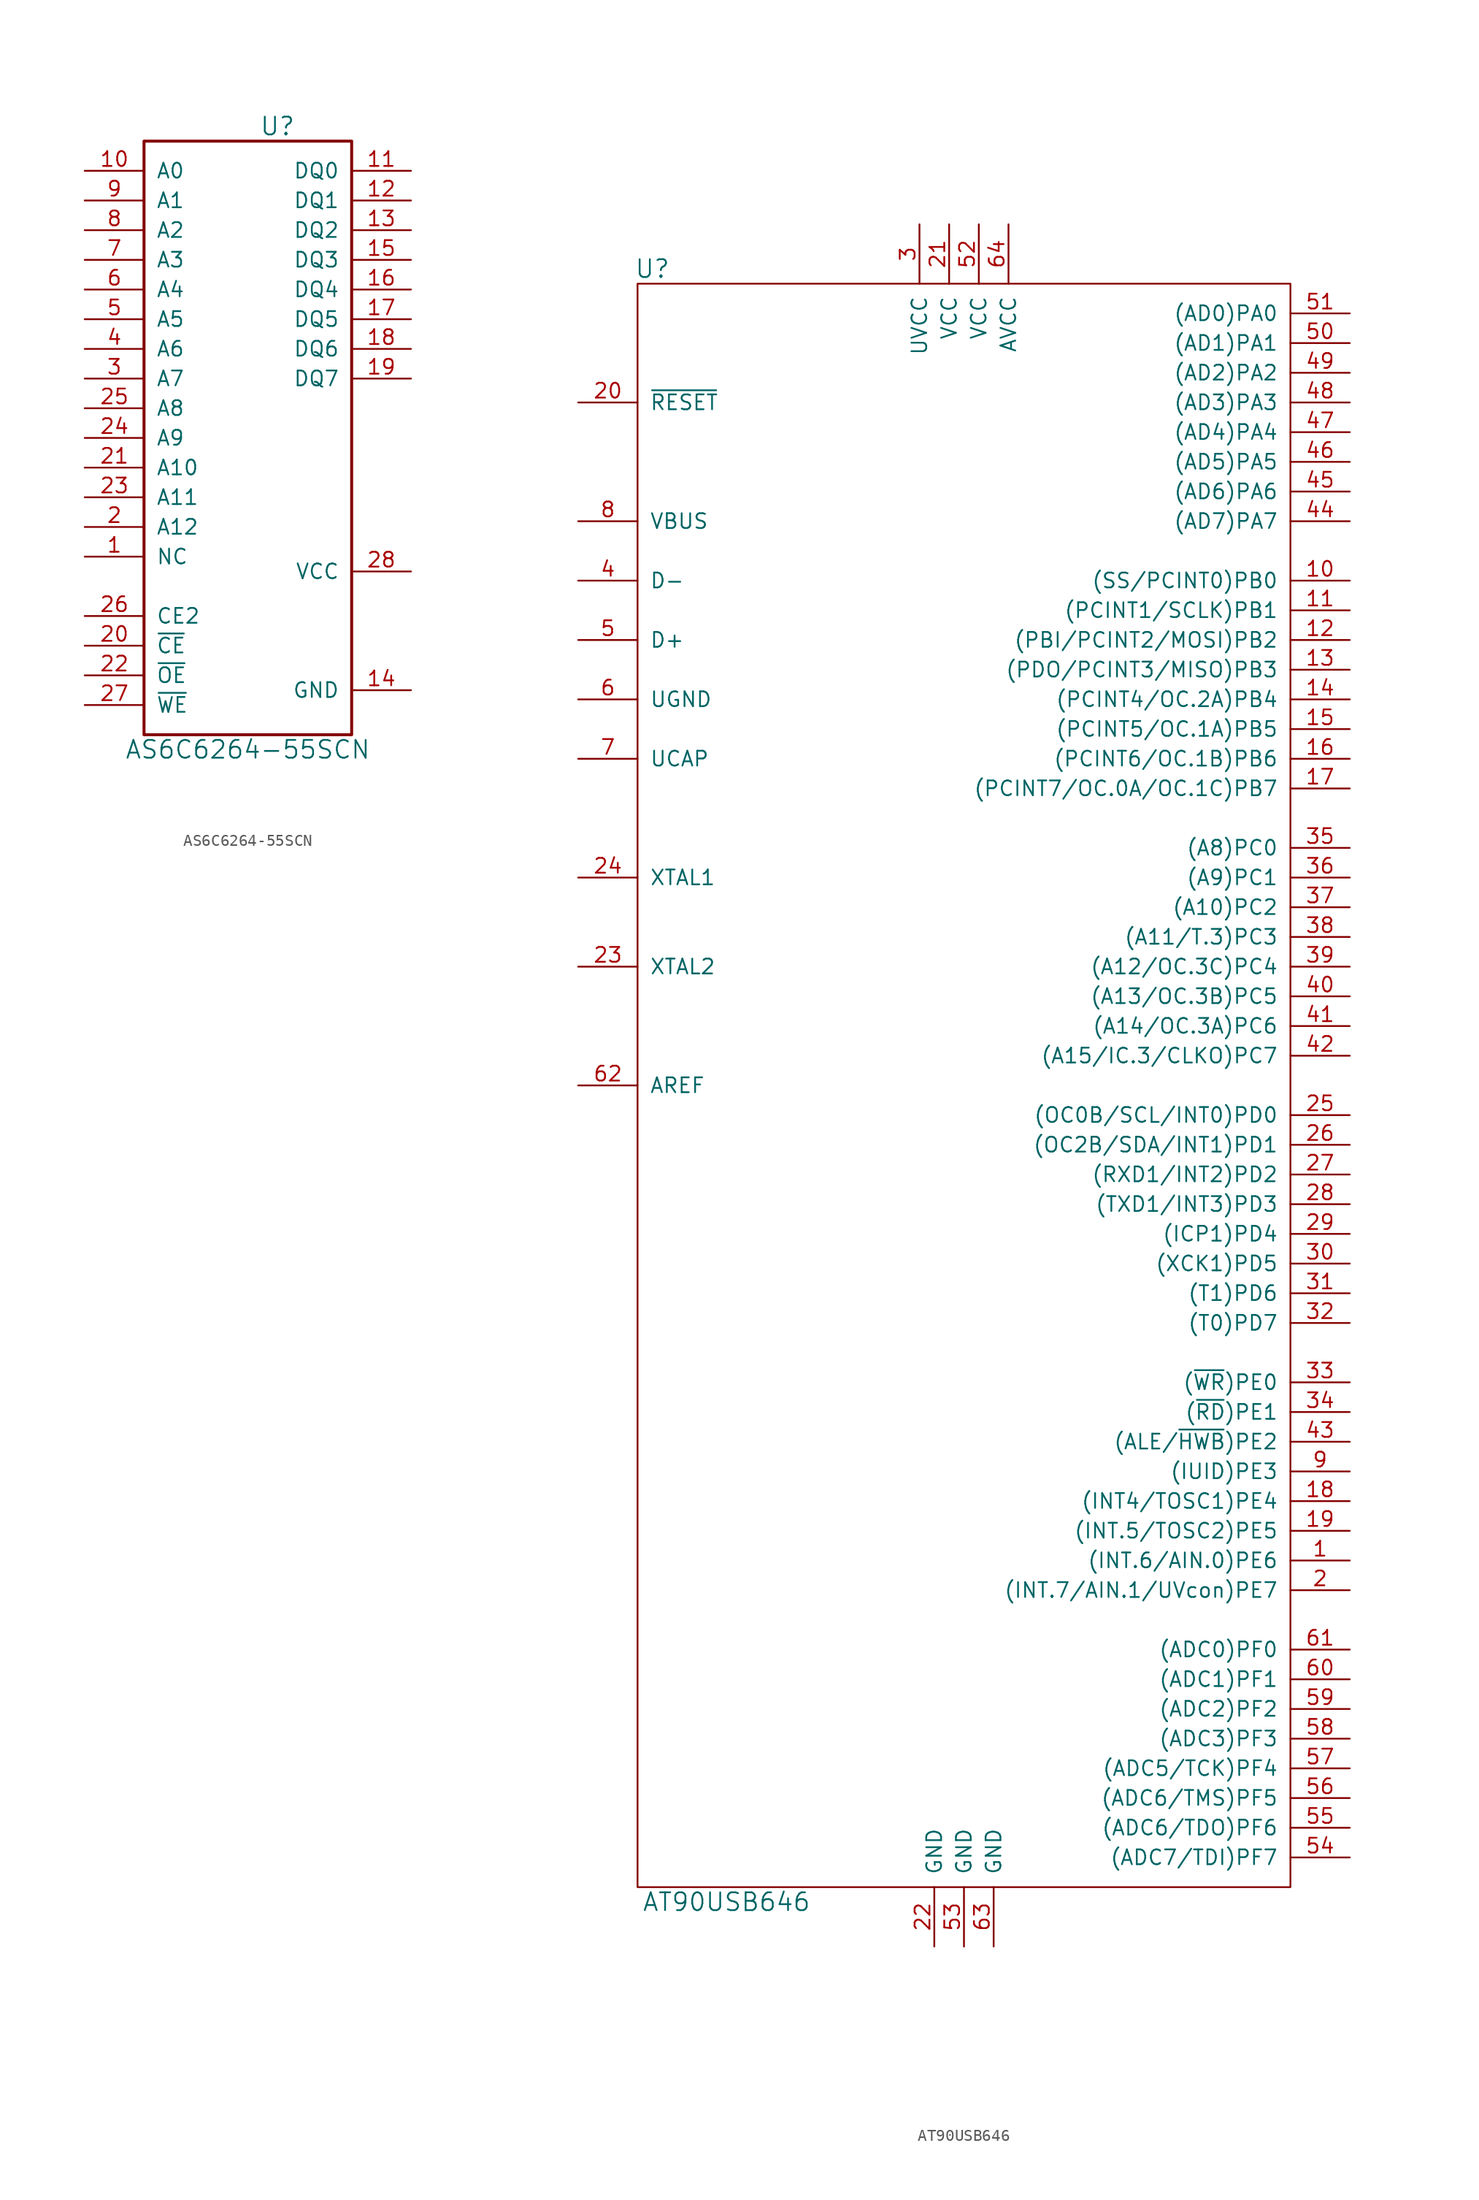
<source format=kicad_sym>
(kicad_symbol_lib
  (version 20241209)
  (generator "kicad_symbol_editor")
  (generator_version "9.0")
  (symbol "AS6C6264-55SCN"
    (pin_names
      (offset 1.016))
    (property "Reference" "U"
      (at 2.54 19.05 0)
      (effects (font (size 1.524 1.524))))
    (property "Value" "AS6C6264-55SCN"
      (at 0 -34.29 0)
      (effects (font (size 1.524 1.524))))
    (property "Footprint" ""
      (at 0 0 0)
      (effects (font (size 1.27 1.27))))
    (property "Datasheet" ""
      (at 0 0 0)
      (effects (font (size 1.27 1.27))))
    (symbol "AS6C6264-55SCN_0_1"
      (rectangle (start -8.89 17.78) (end 8.89 -33.02) (stroke (width 0.254) (type default)) (fill (type none))))
    (symbol "AS6C6264-55SCN_1_1"
      (pin input line (at -13.97 15.24 0) (length 5.08) (name "A0" (effects (font (size 1.27 1.27)))) (number "10" (effects (font (size 1.27 1.27)))))
      (pin input line (at -13.97 12.7 0) (length 5.08) (name "A1" (effects (font (size 1.27 1.27)))) (number "9" (effects (font (size 1.27 1.27)))))
      (pin input line (at -13.97 10.16 0) (length 5.08) (name "A2" (effects (font (size 1.27 1.27)))) (number "8" (effects (font (size 1.27 1.27)))))
      (pin input line (at -13.97 7.62 0) (length 5.08) (name "A3" (effects (font (size 1.27 1.27)))) (number "7" (effects (font (size 1.27 1.27)))))
      (pin input line (at -13.97 5.08 0) (length 5.08) (name "A4" (effects (font (size 1.27 1.27)))) (number "6" (effects (font (size 1.27 1.27)))))
      (pin input line (at -13.97 2.54 0) (length 5.08) (name "A5" (effects (font (size 1.27 1.27)))) (number "5" (effects (font (size 1.27 1.27)))))
      (pin input line (at -13.97 0 0) (length 5.08) (name "A6" (effects (font (size 1.27 1.27)))) (number "4" (effects (font (size 1.27 1.27)))))
      (pin input line (at -13.97 -2.54 0) (length 5.08) (name "A7" (effects (font (size 1.27 1.27)))) (number "3" (effects (font (size 1.27 1.27)))))
      (pin input line (at -13.97 -5.08 0) (length 5.08) (name "A8" (effects (font (size 1.27 1.27)))) (number "25" (effects (font (size 1.27 1.27)))))
      (pin input line (at -13.97 -7.62 0) (length 5.08) (name "A9" (effects (font (size 1.27 1.27)))) (number "24" (effects (font (size 1.27 1.27)))))
      (pin input line (at -13.97 -10.16 0) (length 5.08) (name "A10" (effects (font (size 1.27 1.27)))) (number "21" (effects (font (size 1.27 1.27)))))
      (pin input line (at -13.97 -12.7 0) (length 5.08) (name "A11" (effects (font (size 1.27 1.27)))) (number "23" (effects (font (size 1.27 1.27)))))
      (pin input line (at -13.97 -15.24 0) (length 5.08) (name "A12" (effects (font (size 1.27 1.27)))) (number "2" (effects (font (size 1.27 1.27)))))
      (pin input line (at -13.97 -17.78 0) (length 5.08) (name "NC" (effects (font (size 1.27 1.27)))) (number "1" (effects (font (size 1.27 1.27)))))
      (pin input line (at -13.97 -22.86 0) (length 5.08) (name "CE2" (effects (font (size 1.27 1.27)))) (number "26" (effects (font (size 1.27 1.27)))))
      (pin bidirectional line (at -13.97 -25.4 0) (length 5.08) (name "~{CE}" (effects (font (size 1.27 1.27)))) (number "20" (effects (font (size 1.27 1.27)))))
      (pin input line (at -13.97 -27.94 0) (length 5.08) (name "~{OE}" (effects (font (size 1.27 1.27)))) (number "22" (effects (font (size 1.27 1.27)))))
      (pin input line (at -13.97 -30.48 0) (length 5.08) (name "~{WE}" (effects (font (size 1.27 1.27)))) (number "27" (effects (font (size 1.27 1.27)))))
      (pin bidirectional line (at 13.97 15.24 180) (length 5.08) (name "DQ0" (effects (font (size 1.27 1.27)))) (number "11" (effects (font (size 1.27 1.27)))))
      (pin bidirectional line (at 13.97 12.7 180) (length 5.08) (name "DQ1" (effects (font (size 1.27 1.27)))) (number "12" (effects (font (size 1.27 1.27)))))
      (pin bidirectional line (at 13.97 10.16 180) (length 5.08) (name "DQ2" (effects (font (size 1.27 1.27)))) (number "13" (effects (font (size 1.27 1.27)))))
      (pin bidirectional line (at 13.97 7.62 180) (length 5.08) (name "DQ3" (effects (font (size 1.27 1.27)))) (number "15" (effects (font (size 1.27 1.27)))))
      (pin bidirectional line (at 13.97 5.08 180) (length 5.08) (name "DQ4" (effects (font (size 1.27 1.27)))) (number "16" (effects (font (size 1.27 1.27)))))
      (pin bidirectional line (at 13.97 2.54 180) (length 5.08) (name "DQ5" (effects (font (size 1.27 1.27)))) (number "17" (effects (font (size 1.27 1.27)))))
      (pin bidirectional line (at 13.97 0 180) (length 5.08) (name "DQ6" (effects (font (size 1.27 1.27)))) (number "18" (effects (font (size 1.27 1.27)))))
      (pin bidirectional line (at 13.97 -2.54 180) (length 5.08) (name "DQ7" (effects (font (size 1.27 1.27)))) (number "19" (effects (font (size 1.27 1.27)))))
      (pin power_in line (at 13.97 -19.05 180) (length 5.08) (name "VCC" (effects (font (size 1.27 1.27)))) (number "28" (effects (font (size 1.27 1.27)))))
      (pin power_in line (at 13.97 -29.21 180) (length 5.08) (name "GND" (effects (font (size 1.27 1.27)))) (number "14" (effects (font (size 1.27 1.27)))))))
  (symbol "AT90USB646"
    (pin_names
      (offset 1.016))
    (property "Reference" "U"
      (at -26.67 69.85 0)
      (effects (font (size 1.524 1.524))))
    (property "Value" "AT90USB646"
      (at -20.32 -69.85 0)
      (effects (font (size 1.524 1.524))))
    (property "Footprint" ""
      (at -16.51 -24.13 0)
      (effects (font (size 1.524 1.524))))
    (property "Datasheet" ""
      (at -16.51 -24.13 0)
      (effects (font (size 1.524 1.524))))
    (symbol "AT90USB646_0_1"
      (rectangle (start -27.94 68.58) (end 27.94 -68.58) (stroke (width 0) (type default)) (fill (type none))))
    (symbol "AT90USB646_1_1"
      (pin input line (at -33.02 58.42 0) (length 5.08) (name "~{RESET}" (effects (font (size 1.27 1.27)))) (number "20" (effects (font (size 1.27 1.27)))))
      (pin power_in line (at -33.02 48.26 0) (length 5.08) (name "VBUS" (effects (font (size 1.27 1.27)))) (number "8" (effects (font (size 1.27 1.27)))))
      (pin bidirectional line (at -33.02 43.18 0) (length 5.08) (name "D-" (effects (font (size 1.27 1.27)))) (number "4" (effects (font (size 1.27 1.27)))))
      (pin bidirectional line (at -33.02 38.1 0) (length 5.08) (name "D+" (effects (font (size 1.27 1.27)))) (number "5" (effects (font (size 1.27 1.27)))))
      (pin input line (at -33.02 33.02 0) (length 5.08) (name "UGND" (effects (font (size 1.27 1.27)))) (number "6" (effects (font (size 1.27 1.27)))))
      (pin power_out line (at -33.02 27.94 0) (length 5.08) (name "UCAP" (effects (font (size 1.27 1.27)))) (number "7" (effects (font (size 1.27 1.27)))))
      (pin input line (at -33.02 17.78 0) (length 5.08) (name "XTAL1" (effects (font (size 1.27 1.27)))) (number "24" (effects (font (size 1.27 1.27)))))
      (pin output line (at -33.02 10.16 0) (length 5.08) (name "XTAL2" (effects (font (size 1.27 1.27)))) (number "23" (effects (font (size 1.27 1.27)))))
      (pin input line (at -33.02 0 0) (length 5.08) (name "AREF" (effects (font (size 1.27 1.27)))) (number "62" (effects (font (size 1.27 1.27)))))
      (pin power_in line (at -3.81 73.66 270) (length 5.08) (name "UVCC" (effects (font (size 1.27 1.27)))) (number "3" (effects (font (size 1.27 1.27)))))
      (pin power_in line (at -2.54 -73.66 90) (length 5.08) (name "GND" (effects (font (size 1.27 1.27)))) (number "22" (effects (font (size 1.27 1.27)))))
      (pin power_in line (at -1.27 73.66 270) (length 5.08) (name "VCC" (effects (font (size 1.27 1.27)))) (number "21" (effects (font (size 1.27 1.27)))))
      (pin power_in line (at 0 -73.66 90) (length 5.08) (name "GND" (effects (font (size 1.27 1.27)))) (number "53" (effects (font (size 1.27 1.27)))))
      (pin power_in line (at 1.27 73.66 270) (length 5.08) (name "VCC" (effects (font (size 1.27 1.27)))) (number "52" (effects (font (size 1.27 1.27)))))
      (pin power_in line (at 2.54 -73.66 90) (length 5.08) (name "GND" (effects (font (size 1.27 1.27)))) (number "63" (effects (font (size 1.27 1.27)))))
      (pin power_in line (at 3.81 73.66 270) (length 5.08) (name "AVCC" (effects (font (size 1.27 1.27)))) (number "64" (effects (font (size 1.27 1.27)))))
      (pin bidirectional line (at 33.02 66.04 180) (length 5.08) (name "(AD0)PA0" (effects (font (size 1.27 1.27)))) (number "51" (effects (font (size 1.27 1.27)))))
      (pin bidirectional line (at 33.02 63.5 180) (length 5.08) (name "(AD1)PA1" (effects (font (size 1.27 1.27)))) (number "50" (effects (font (size 1.27 1.27)))))
      (pin bidirectional line (at 33.02 60.96 180) (length 5.08) (name "(AD2)PA2" (effects (font (size 1.27 1.27)))) (number "49" (effects (font (size 1.27 1.27)))))
      (pin bidirectional line (at 33.02 58.42 180) (length 5.08) (name "(AD3)PA3" (effects (font (size 1.27 1.27)))) (number "48" (effects (font (size 1.27 1.27)))))
      (pin bidirectional line (at 33.02 55.88 180) (length 5.08) (name "(AD4)PA4" (effects (font (size 1.27 1.27)))) (number "47" (effects (font (size 1.27 1.27)))))
      (pin bidirectional line (at 33.02 53.34 180) (length 5.08) (name "(AD5)PA5" (effects (font (size 1.27 1.27)))) (number "46" (effects (font (size 1.27 1.27)))))
      (pin tri_state line (at 33.02 50.8 180) (length 5.08) (name "(AD6)PA6" (effects (font (size 1.27 1.27)))) (number "45" (effects (font (size 1.27 1.27)))))
      (pin bidirectional line (at 33.02 48.26 180) (length 5.08) (name "(AD7)PA7" (effects (font (size 1.27 1.27)))) (number "44" (effects (font (size 1.27 1.27)))))
      (pin bidirectional line (at 33.02 43.18 180) (length 5.08) (name "(SS/PCINT0)PB0" (effects (font (size 1.27 1.27)))) (number "10" (effects (font (size 1.27 1.27)))))
      (pin bidirectional line (at 33.02 40.64 180) (length 5.08) (name "(PCINT1/SCLK)PB1" (effects (font (size 1.27 1.27)))) (number "11" (effects (font (size 1.27 1.27)))))
      (pin bidirectional line (at 33.02 38.1 180) (length 5.08) (name "(PBI/PCINT2/MOSI)PB2" (effects (font (size 1.27 1.27)))) (number "12" (effects (font (size 1.27 1.27)))))
      (pin bidirectional line (at 33.02 35.56 180) (length 5.08) (name "(PDO/PCINT3/MISO)PB3" (effects (font (size 1.27 1.27)))) (number "13" (effects (font (size 1.27 1.27)))))
      (pin bidirectional line (at 33.02 33.02 180) (length 5.08) (name "(PCINT4/OC.2A)PB4" (effects (font (size 1.27 1.27)))) (number "14" (effects (font (size 1.27 1.27)))))
      (pin bidirectional line (at 33.02 30.48 180) (length 5.08) (name "(PCINT5/OC.1A)PB5" (effects (font (size 1.27 1.27)))) (number "15" (effects (font (size 1.27 1.27)))))
      (pin bidirectional line (at 33.02 27.94 180) (length 5.08) (name "(PCINT6/OC.1B)PB6" (effects (font (size 1.27 1.27)))) (number "16" (effects (font (size 1.27 1.27)))))
      (pin bidirectional line (at 33.02 25.4 180) (length 5.08) (name "(PCINT7/OC.0A/OC.1C)PB7" (effects (font (size 1.27 1.27)))) (number "17" (effects (font (size 1.27 1.27)))))
      (pin bidirectional line (at 33.02 20.32 180) (length 5.08) (name "(A8)PC0" (effects (font (size 1.27 1.27)))) (number "35" (effects (font (size 1.27 1.27)))))
      (pin bidirectional line (at 33.02 17.78 180) (length 5.08) (name "(A9)PC1" (effects (font (size 1.27 1.27)))) (number "36" (effects (font (size 1.27 1.27)))))
      (pin bidirectional line (at 33.02 15.24 180) (length 5.08) (name "(A10)PC2" (effects (font (size 1.27 1.27)))) (number "37" (effects (font (size 1.27 1.27)))))
      (pin bidirectional line (at 33.02 12.7 180) (length 5.08) (name "(A11/T.3)PC3" (effects (font (size 1.27 1.27)))) (number "38" (effects (font (size 1.27 1.27)))))
      (pin bidirectional line (at 33.02 10.16 180) (length 5.08) (name "(A12/OC.3C)PC4" (effects (font (size 1.27 1.27)))) (number "39" (effects (font (size 1.27 1.27)))))
      (pin bidirectional line (at 33.02 7.62 180) (length 5.08) (name "(A13/OC.3B)PC5" (effects (font (size 1.27 1.27)))) (number "40" (effects (font (size 1.27 1.27)))))
      (pin bidirectional line (at 33.02 5.08 180) (length 5.08) (name "(A14/OC.3A)PC6" (effects (font (size 1.27 1.27)))) (number "41" (effects (font (size 1.27 1.27)))))
      (pin bidirectional line (at 33.02 2.54 180) (length 5.08) (name "(A15/IC.3/CLKO)PC7" (effects (font (size 1.27 1.27)))) (number "42" (effects (font (size 1.27 1.27)))))
      (pin bidirectional line (at 33.02 -2.54 180) (length 5.08) (name "(OC0B/SCL/INT0)PD0" (effects (font (size 1.27 1.27)))) (number "25" (effects (font (size 1.27 1.27)))))
      (pin bidirectional line (at 33.02 -5.08 180) (length 5.08) (name "(OC2B/SDA/INT1)PD1" (effects (font (size 1.27 1.27)))) (number "26" (effects (font (size 1.27 1.27)))))
      (pin bidirectional line (at 33.02 -7.62 180) (length 5.08) (name "(RXD1/INT2)PD2" (effects (font (size 1.27 1.27)))) (number "27" (effects (font (size 1.27 1.27)))))
      (pin bidirectional line (at 33.02 -10.16 180) (length 5.08) (name "(TXD1/INT3)PD3" (effects (font (size 1.27 1.27)))) (number "28" (effects (font (size 1.27 1.27)))))
      (pin bidirectional line (at 33.02 -12.7 180) (length 5.08) (name "(ICP1)PD4" (effects (font (size 1.27 1.27)))) (number "29" (effects (font (size 1.27 1.27)))))
      (pin bidirectional line (at 33.02 -15.24 180) (length 5.08) (name "(XCK1)PD5" (effects (font (size 1.27 1.27)))) (number "30" (effects (font (size 1.27 1.27)))))
      (pin bidirectional line (at 33.02 -17.78 180) (length 5.08) (name "(T1)PD6" (effects (font (size 1.27 1.27)))) (number "31" (effects (font (size 1.27 1.27)))))
      (pin bidirectional line (at 33.02 -20.32 180) (length 5.08) (name "(T0)PD7" (effects (font (size 1.27 1.27)))) (number "32" (effects (font (size 1.27 1.27)))))
      (pin bidirectional line (at 33.02 -25.4 180) (length 5.08) (name "(~{WR})PE0" (effects (font (size 1.27 1.27)))) (number "33" (effects (font (size 1.27 1.27)))))
      (pin bidirectional line (at 33.02 -27.94 180) (length 5.08) (name "(~{RD})PE1" (effects (font (size 1.27 1.27)))) (number "34" (effects (font (size 1.27 1.27)))))
      (pin bidirectional line (at 33.02 -30.48 180) (length 5.08) (name "(ALE/~{HWB})PE2" (effects (font (size 1.27 1.27)))) (number "43" (effects (font (size 1.27 1.27)))))
      (pin bidirectional line (at 33.02 -33.02 180) (length 5.08) (name "(IUID)PE3" (effects (font (size 1.27 1.27)))) (number "9" (effects (font (size 1.27 1.27)))))
      (pin bidirectional line (at 33.02 -35.56 180) (length 5.08) (name "(INT4/TOSC1)PE4" (effects (font (size 1.27 1.27)))) (number "18" (effects (font (size 1.27 1.27)))))
      (pin bidirectional line (at 33.02 -38.1 180) (length 5.08) (name "(INT.5/TOSC2)PE5" (effects (font (size 1.27 1.27)))) (number "19" (effects (font (size 1.27 1.27)))))
      (pin bidirectional line (at 33.02 -40.64 180) (length 5.08) (name "(INT.6/AIN.0)PE6" (effects (font (size 1.27 1.27)))) (number "1" (effects (font (size 1.27 1.27)))))
      (pin bidirectional line (at 33.02 -43.18 180) (length 5.08) (name "(INT.7/AIN.1/UVcon)PE7" (effects (font (size 1.27 1.27)))) (number "2" (effects (font (size 1.27 1.27)))))
      (pin bidirectional line (at 33.02 -48.26 180) (length 5.08) (name "(ADC0)PF0" (effects (font (size 1.27 1.27)))) (number "61" (effects (font (size 1.27 1.27)))))
      (pin bidirectional line (at 33.02 -50.8 180) (length 5.08) (name "(ADC1)PF1" (effects (font (size 1.27 1.27)))) (number "60" (effects (font (size 1.27 1.27)))))
      (pin bidirectional line (at 33.02 -53.34 180) (length 5.08) (name "(ADC2)PF2" (effects (font (size 1.27 1.27)))) (number "59" (effects (font (size 1.27 1.27)))))
      (pin bidirectional line (at 33.02 -55.88 180) (length 5.08) (name "(ADC3)PF3" (effects (font (size 1.27 1.27)))) (number "58" (effects (font (size 1.27 1.27)))))
      (pin bidirectional line (at 33.02 -58.42 180) (length 5.08) (name "(ADC5/TCK)PF4" (effects (font (size 1.27 1.27)))) (number "57" (effects (font (size 1.27 1.27)))))
      (pin bidirectional line (at 33.02 -60.96 180) (length 5.08) (name "(ADC6/TMS)PF5" (effects (font (size 1.27 1.27)))) (number "56" (effects (font (size 1.27 1.27)))))
      (pin bidirectional line (at 33.02 -63.5 180) (length 5.08) (name "(ADC6/TDO)PF6" (effects (font (size 1.27 1.27)))) (number "55" (effects (font (size 1.27 1.27)))))
      (pin bidirectional line (at 33.02 -66.04 180) (length 5.08) (name "(ADC7/TDI)PF7" (effects (font (size 1.27 1.27)))) (number "54" (effects (font (size 1.27 1.27))))))))
</source>
